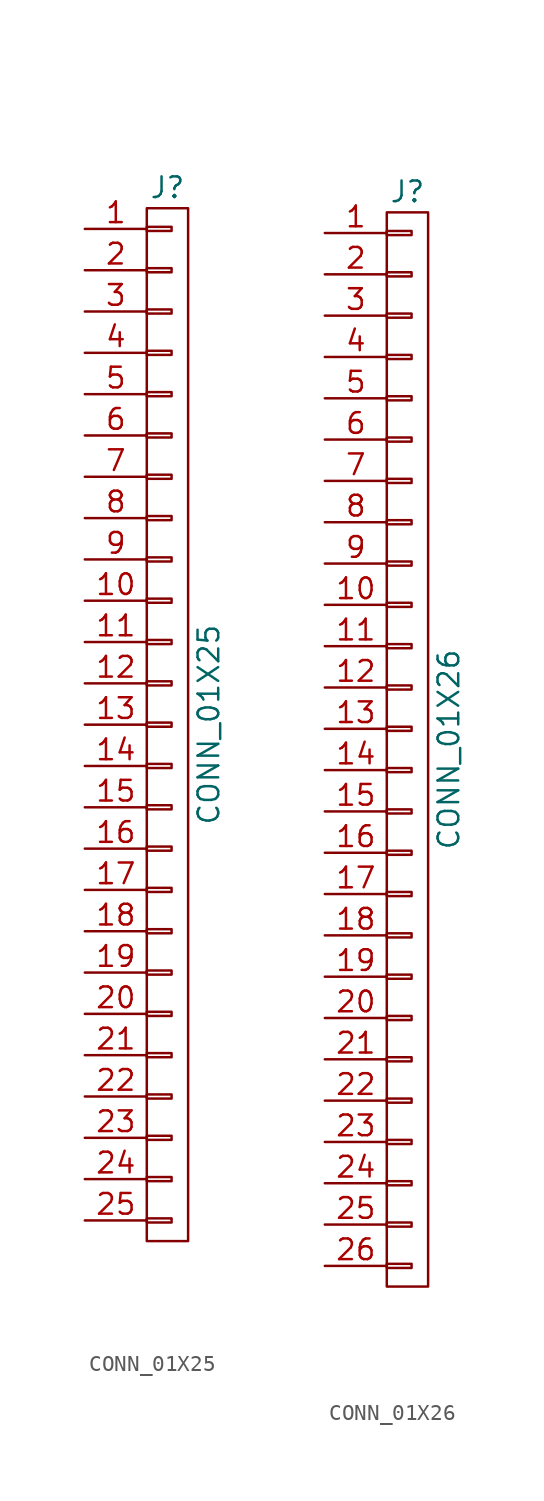
<source format=kicad_sym>
(kicad_symbol_lib
  (version 20211014)
  (generator kicad_symbol_editor)
  (symbol "CONN_01X25"
    (pin_names
      (offset 1.016) hide)
    (property "Reference" "J"
      (at 0 33.02 0)
      (effects (font (size 1.27 1.27))))
    (property "Value" "CONN_01X25"
      (at 2.54 0 90)
      (effects (font (size 1.27 1.27))))
    (symbol "CONN_01X25_0_1"
      (rectangle (start -1.27 -31.75) (end 1.27 31.75) (stroke (width 0) (type default) (color 0 0 0 0)) (fill (type none)))
      (rectangle (start -1.27 -30.353) (end 0.254 -30.607) (stroke (width 0) (type default) (color 0 0 0 0)) (fill (type none)))
      (rectangle (start -1.27 -27.813) (end 0.254 -28.067) (stroke (width 0) (type default) (color 0 0 0 0)) (fill (type none)))
      (rectangle (start -1.27 -25.273) (end 0.254 -25.527) (stroke (width 0) (type default) (color 0 0 0 0)) (fill (type none)))
      (rectangle (start -1.27 -22.733) (end 0.254 -22.987) (stroke (width 0) (type default) (color 0 0 0 0)) (fill (type none)))
      (rectangle (start -1.27 -20.193) (end 0.254 -20.447) (stroke (width 0) (type default) (color 0 0 0 0)) (fill (type none)))
      (rectangle (start -1.27 -17.653) (end 0.254 -17.907) (stroke (width 0) (type default) (color 0 0 0 0)) (fill (type none)))
      (rectangle (start -1.27 -15.113) (end 0.254 -15.367) (stroke (width 0) (type default) (color 0 0 0 0)) (fill (type none)))
      (rectangle (start -1.27 -12.573) (end 0.254 -12.827) (stroke (width 0) (type default) (color 0 0 0 0)) (fill (type none)))
      (rectangle (start -1.27 -10.033) (end 0.254 -10.287) (stroke (width 0) (type default) (color 0 0 0 0)) (fill (type none)))
      (rectangle (start -1.27 -7.493) (end 0.254 -7.747) (stroke (width 0) (type default) (color 0 0 0 0)) (fill (type none)))
      (rectangle (start -1.27 -4.953) (end 0.254 -5.207) (stroke (width 0) (type default) (color 0 0 0 0)) (fill (type none)))
      (rectangle (start -1.27 -2.413) (end 0.254 -2.667) (stroke (width 0) (type default) (color 0 0 0 0)) (fill (type none)))
      (rectangle (start -1.27 0.127) (end 0.254 -0.127) (stroke (width 0) (type default) (color 0 0 0 0)) (fill (type none)))
      (rectangle (start -1.27 2.667) (end 0.254 2.413) (stroke (width 0) (type default) (color 0 0 0 0)) (fill (type none)))
      (rectangle (start -1.27 5.207) (end 0.254 4.953) (stroke (width 0) (type default) (color 0 0 0 0)) (fill (type none)))
      (rectangle (start -1.27 7.747) (end 0.254 7.493) (stroke (width 0) (type default) (color 0 0 0 0)) (fill (type none)))
      (rectangle (start -1.27 10.287) (end 0.254 10.033) (stroke (width 0) (type default) (color 0 0 0 0)) (fill (type none)))
      (rectangle (start -1.27 12.827) (end 0.254 12.573) (stroke (width 0) (type default) (color 0 0 0 0)) (fill (type none)))
      (rectangle (start -1.27 15.367) (end 0.254 15.113) (stroke (width 0) (type default) (color 0 0 0 0)) (fill (type none)))
      (rectangle (start -1.27 17.907) (end 0.254 17.653) (stroke (width 0) (type default) (color 0 0 0 0)) (fill (type none)))
      (rectangle (start -1.27 20.447) (end 0.254 20.193) (stroke (width 0) (type default) (color 0 0 0 0)) (fill (type none)))
      (rectangle (start -1.27 22.987) (end 0.254 22.733) (stroke (width 0) (type default) (color 0 0 0 0)) (fill (type none)))
      (rectangle (start -1.27 25.527) (end 0.254 25.273) (stroke (width 0) (type default) (color 0 0 0 0)) (fill (type none)))
      (rectangle (start -1.27 28.067) (end 0.254 27.813) (stroke (width 0) (type default) (color 0 0 0 0)) (fill (type none)))
      (rectangle (start -1.27 30.607) (end 0.254 30.353) (stroke (width 0) (type default) (color 0 0 0 0)) (fill (type none))))
    (symbol "CONN_01X25_1_1"
      (pin passive line (at -5.08 30.48 0) (length 3.81) (name "P1" (effects (font (size 1.27 1.27)))) (number "1" (effects (font (size 1.27 1.27)))))
      (pin passive line (at -5.08 7.62 0) (length 3.81) (name "P10" (effects (font (size 1.27 1.27)))) (number "10" (effects (font (size 1.27 1.27)))))
      (pin passive line (at -5.08 5.08 0) (length 3.81) (name "P11" (effects (font (size 1.27 1.27)))) (number "11" (effects (font (size 1.27 1.27)))))
      (pin passive line (at -5.08 2.54 0) (length 3.81) (name "P12" (effects (font (size 1.27 1.27)))) (number "12" (effects (font (size 1.27 1.27)))))
      (pin passive line (at -5.08 0 0) (length 3.81) (name "P13" (effects (font (size 1.27 1.27)))) (number "13" (effects (font (size 1.27 1.27)))))
      (pin passive line (at -5.08 -2.54 0) (length 3.81) (name "P14" (effects (font (size 1.27 1.27)))) (number "14" (effects (font (size 1.27 1.27)))))
      (pin passive line (at -5.08 -5.08 0) (length 3.81) (name "P15" (effects (font (size 1.27 1.27)))) (number "15" (effects (font (size 1.27 1.27)))))
      (pin passive line (at -5.08 -7.62 0) (length 3.81) (name "P16" (effects (font (size 1.27 1.27)))) (number "16" (effects (font (size 1.27 1.27)))))
      (pin passive line (at -5.08 -10.16 0) (length 3.81) (name "P17" (effects (font (size 1.27 1.27)))) (number "17" (effects (font (size 1.27 1.27)))))
      (pin passive line (at -5.08 -12.7 0) (length 3.81) (name "P18" (effects (font (size 1.27 1.27)))) (number "18" (effects (font (size 1.27 1.27)))))
      (pin passive line (at -5.08 -15.24 0) (length 3.81) (name "P19" (effects (font (size 1.27 1.27)))) (number "19" (effects (font (size 1.27 1.27)))))
      (pin passive line (at -5.08 27.94 0) (length 3.81) (name "P2" (effects (font (size 1.27 1.27)))) (number "2" (effects (font (size 1.27 1.27)))))
      (pin passive line (at -5.08 -17.78 0) (length 3.81) (name "P20" (effects (font (size 1.27 1.27)))) (number "20" (effects (font (size 1.27 1.27)))))
      (pin passive line (at -5.08 -20.32 0) (length 3.81) (name "P21" (effects (font (size 1.27 1.27)))) (number "21" (effects (font (size 1.27 1.27)))))
      (pin passive line (at -5.08 -22.86 0) (length 3.81) (name "P22" (effects (font (size 1.27 1.27)))) (number "22" (effects (font (size 1.27 1.27)))))
      (pin passive line (at -5.08 -25.4 0) (length 3.81) (name "P23" (effects (font (size 1.27 1.27)))) (number "23" (effects (font (size 1.27 1.27)))))
      (pin passive line (at -5.08 -27.94 0) (length 3.81) (name "P24" (effects (font (size 1.27 1.27)))) (number "24" (effects (font (size 1.27 1.27)))))
      (pin passive line (at -5.08 -30.48 0) (length 3.81) (name "P25" (effects (font (size 1.27 1.27)))) (number "25" (effects (font (size 1.27 1.27)))))
      (pin passive line (at -5.08 25.4 0) (length 3.81) (name "P3" (effects (font (size 1.27 1.27)))) (number "3" (effects (font (size 1.27 1.27)))))
      (pin passive line (at -5.08 22.86 0) (length 3.81) (name "P4" (effects (font (size 1.27 1.27)))) (number "4" (effects (font (size 1.27 1.27)))))
      (pin passive line (at -5.08 20.32 0) (length 3.81) (name "P5" (effects (font (size 1.27 1.27)))) (number "5" (effects (font (size 1.27 1.27)))))
      (pin passive line (at -5.08 17.78 0) (length 3.81) (name "P6" (effects (font (size 1.27 1.27)))) (number "6" (effects (font (size 1.27 1.27)))))
      (pin passive line (at -5.08 15.24 0) (length 3.81) (name "P7" (effects (font (size 1.27 1.27)))) (number "7" (effects (font (size 1.27 1.27)))))
      (pin passive line (at -5.08 12.7 0) (length 3.81) (name "P8" (effects (font (size 1.27 1.27)))) (number "8" (effects (font (size 1.27 1.27)))))
      (pin passive line (at -5.08 10.16 0) (length 3.81) (name "P9" (effects (font (size 1.27 1.27)))) (number "9" (effects (font (size 1.27 1.27)))))))
  (symbol "CONN_01X26"
    (pin_names
      (offset 1.016) hide)
    (property "Reference" "J"
      (at 0 34.29 0)
      (effects (font (size 1.27 1.27))))
    (property "Value" "CONN_01X26"
      (at 2.54 0 90)
      (effects (font (size 1.27 1.27))))
    (symbol "CONN_01X26_0_1"
      (rectangle (start -1.27 -33.02) (end 1.27 33.02) (stroke (width 0) (type default) (color 0 0 0 0)) (fill (type none)))
      (rectangle (start -1.27 -31.623) (end 0.254 -31.877) (stroke (width 0) (type default) (color 0 0 0 0)) (fill (type none)))
      (rectangle (start -1.27 -29.083) (end 0.254 -29.337) (stroke (width 0) (type default) (color 0 0 0 0)) (fill (type none)))
      (rectangle (start -1.27 -26.543) (end 0.254 -26.797) (stroke (width 0) (type default) (color 0 0 0 0)) (fill (type none)))
      (rectangle (start -1.27 -24.003) (end 0.254 -24.257) (stroke (width 0) (type default) (color 0 0 0 0)) (fill (type none)))
      (rectangle (start -1.27 -21.463) (end 0.254 -21.717) (stroke (width 0) (type default) (color 0 0 0 0)) (fill (type none)))
      (rectangle (start -1.27 -18.923) (end 0.254 -19.177) (stroke (width 0) (type default) (color 0 0 0 0)) (fill (type none)))
      (rectangle (start -1.27 -16.383) (end 0.254 -16.637) (stroke (width 0) (type default) (color 0 0 0 0)) (fill (type none)))
      (rectangle (start -1.27 -13.843) (end 0.254 -14.097) (stroke (width 0) (type default) (color 0 0 0 0)) (fill (type none)))
      (rectangle (start -1.27 -11.303) (end 0.254 -11.557) (stroke (width 0) (type default) (color 0 0 0 0)) (fill (type none)))
      (rectangle (start -1.27 -8.763) (end 0.254 -9.017) (stroke (width 0) (type default) (color 0 0 0 0)) (fill (type none)))
      (rectangle (start -1.27 -6.223) (end 0.254 -6.477) (stroke (width 0) (type default) (color 0 0 0 0)) (fill (type none)))
      (rectangle (start -1.27 -3.683) (end 0.254 -3.937) (stroke (width 0) (type default) (color 0 0 0 0)) (fill (type none)))
      (rectangle (start -1.27 -1.143) (end 0.254 -1.397) (stroke (width 0) (type default) (color 0 0 0 0)) (fill (type none)))
      (rectangle (start -1.27 1.397) (end 0.254 1.143) (stroke (width 0) (type default) (color 0 0 0 0)) (fill (type none)))
      (rectangle (start -1.27 3.937) (end 0.254 3.683) (stroke (width 0) (type default) (color 0 0 0 0)) (fill (type none)))
      (rectangle (start -1.27 6.477) (end 0.254 6.223) (stroke (width 0) (type default) (color 0 0 0 0)) (fill (type none)))
      (rectangle (start -1.27 9.017) (end 0.254 8.763) (stroke (width 0) (type default) (color 0 0 0 0)) (fill (type none)))
      (rectangle (start -1.27 11.557) (end 0.254 11.303) (stroke (width 0) (type default) (color 0 0 0 0)) (fill (type none)))
      (rectangle (start -1.27 14.097) (end 0.254 13.843) (stroke (width 0) (type default) (color 0 0 0 0)) (fill (type none)))
      (rectangle (start -1.27 16.637) (end 0.254 16.383) (stroke (width 0) (type default) (color 0 0 0 0)) (fill (type none)))
      (rectangle (start -1.27 19.177) (end 0.254 18.923) (stroke (width 0) (type default) (color 0 0 0 0)) (fill (type none)))
      (rectangle (start -1.27 21.717) (end 0.254 21.463) (stroke (width 0) (type default) (color 0 0 0 0)) (fill (type none)))
      (rectangle (start -1.27 24.257) (end 0.254 24.003) (stroke (width 0) (type default) (color 0 0 0 0)) (fill (type none)))
      (rectangle (start -1.27 26.797) (end 0.254 26.543) (stroke (width 0) (type default) (color 0 0 0 0)) (fill (type none)))
      (rectangle (start -1.27 29.337) (end 0.254 29.083) (stroke (width 0) (type default) (color 0 0 0 0)) (fill (type none)))
      (rectangle (start -1.27 31.877) (end 0.254 31.623) (stroke (width 0) (type default) (color 0 0 0 0)) (fill (type none))))
    (symbol "CONN_01X26_1_1"
      (pin passive line (at -5.08 31.75 0) (length 3.81) (name "P1" (effects (font (size 1.27 1.27)))) (number "1" (effects (font (size 1.27 1.27)))))
      (pin passive line (at -5.08 8.89 0) (length 3.81) (name "P10" (effects (font (size 1.27 1.27)))) (number "10" (effects (font (size 1.27 1.27)))))
      (pin passive line (at -5.08 6.35 0) (length 3.81) (name "P11" (effects (font (size 1.27 1.27)))) (number "11" (effects (font (size 1.27 1.27)))))
      (pin passive line (at -5.08 3.81 0) (length 3.81) (name "P12" (effects (font (size 1.27 1.27)))) (number "12" (effects (font (size 1.27 1.27)))))
      (pin passive line (at -5.08 1.27 0) (length 3.81) (name "P13" (effects (font (size 1.27 1.27)))) (number "13" (effects (font (size 1.27 1.27)))))
      (pin passive line (at -5.08 -1.27 0) (length 3.81) (name "P14" (effects (font (size 1.27 1.27)))) (number "14" (effects (font (size 1.27 1.27)))))
      (pin passive line (at -5.08 -3.81 0) (length 3.81) (name "P15" (effects (font (size 1.27 1.27)))) (number "15" (effects (font (size 1.27 1.27)))))
      (pin passive line (at -5.08 -6.35 0) (length 3.81) (name "P16" (effects (font (size 1.27 1.27)))) (number "16" (effects (font (size 1.27 1.27)))))
      (pin passive line (at -5.08 -8.89 0) (length 3.81) (name "P17" (effects (font (size 1.27 1.27)))) (number "17" (effects (font (size 1.27 1.27)))))
      (pin passive line (at -5.08 -11.43 0) (length 3.81) (name "P18" (effects (font (size 1.27 1.27)))) (number "18" (effects (font (size 1.27 1.27)))))
      (pin passive line (at -5.08 -13.97 0) (length 3.81) (name "P19" (effects (font (size 1.27 1.27)))) (number "19" (effects (font (size 1.27 1.27)))))
      (pin passive line (at -5.08 29.21 0) (length 3.81) (name "P2" (effects (font (size 1.27 1.27)))) (number "2" (effects (font (size 1.27 1.27)))))
      (pin passive line (at -5.08 -16.51 0) (length 3.81) (name "P20" (effects (font (size 1.27 1.27)))) (number "20" (effects (font (size 1.27 1.27)))))
      (pin passive line (at -5.08 -19.05 0) (length 3.81) (name "P21" (effects (font (size 1.27 1.27)))) (number "21" (effects (font (size 1.27 1.27)))))
      (pin passive line (at -5.08 -21.59 0) (length 3.81) (name "P22" (effects (font (size 1.27 1.27)))) (number "22" (effects (font (size 1.27 1.27)))))
      (pin passive line (at -5.08 -24.13 0) (length 3.81) (name "P23" (effects (font (size 1.27 1.27)))) (number "23" (effects (font (size 1.27 1.27)))))
      (pin passive line (at -5.08 -26.67 0) (length 3.81) (name "P24" (effects (font (size 1.27 1.27)))) (number "24" (effects (font (size 1.27 1.27)))))
      (pin passive line (at -5.08 -29.21 0) (length 3.81) (name "P25" (effects (font (size 1.27 1.27)))) (number "25" (effects (font (size 1.27 1.27)))))
      (pin passive line (at -5.08 -31.75 0) (length 3.81) (name "P26" (effects (font (size 1.27 1.27)))) (number "26" (effects (font (size 1.27 1.27)))))
      (pin passive line (at -5.08 26.67 0) (length 3.81) (name "P3" (effects (font (size 1.27 1.27)))) (number "3" (effects (font (size 1.27 1.27)))))
      (pin passive line (at -5.08 24.13 0) (length 3.81) (name "P4" (effects (font (size 1.27 1.27)))) (number "4" (effects (font (size 1.27 1.27)))))
      (pin passive line (at -5.08 21.59 0) (length 3.81) (name "P5" (effects (font (size 1.27 1.27)))) (number "5" (effects (font (size 1.27 1.27)))))
      (pin passive line (at -5.08 19.05 0) (length 3.81) (name "P6" (effects (font (size 1.27 1.27)))) (number "6" (effects (font (size 1.27 1.27)))))
      (pin passive line (at -5.08 16.51 0) (length 3.81) (name "P7" (effects (font (size 1.27 1.27)))) (number "7" (effects (font (size 1.27 1.27)))))
      (pin passive line (at -5.08 13.97 0) (length 3.81) (name "P8" (effects (font (size 1.27 1.27)))) (number "8" (effects (font (size 1.27 1.27)))))
      (pin passive line (at -5.08 11.43 0) (length 3.81) (name "P9" (effects (font (size 1.27 1.27)))) (number "9" (effects (font (size 1.27 1.27))))))))
</source>
